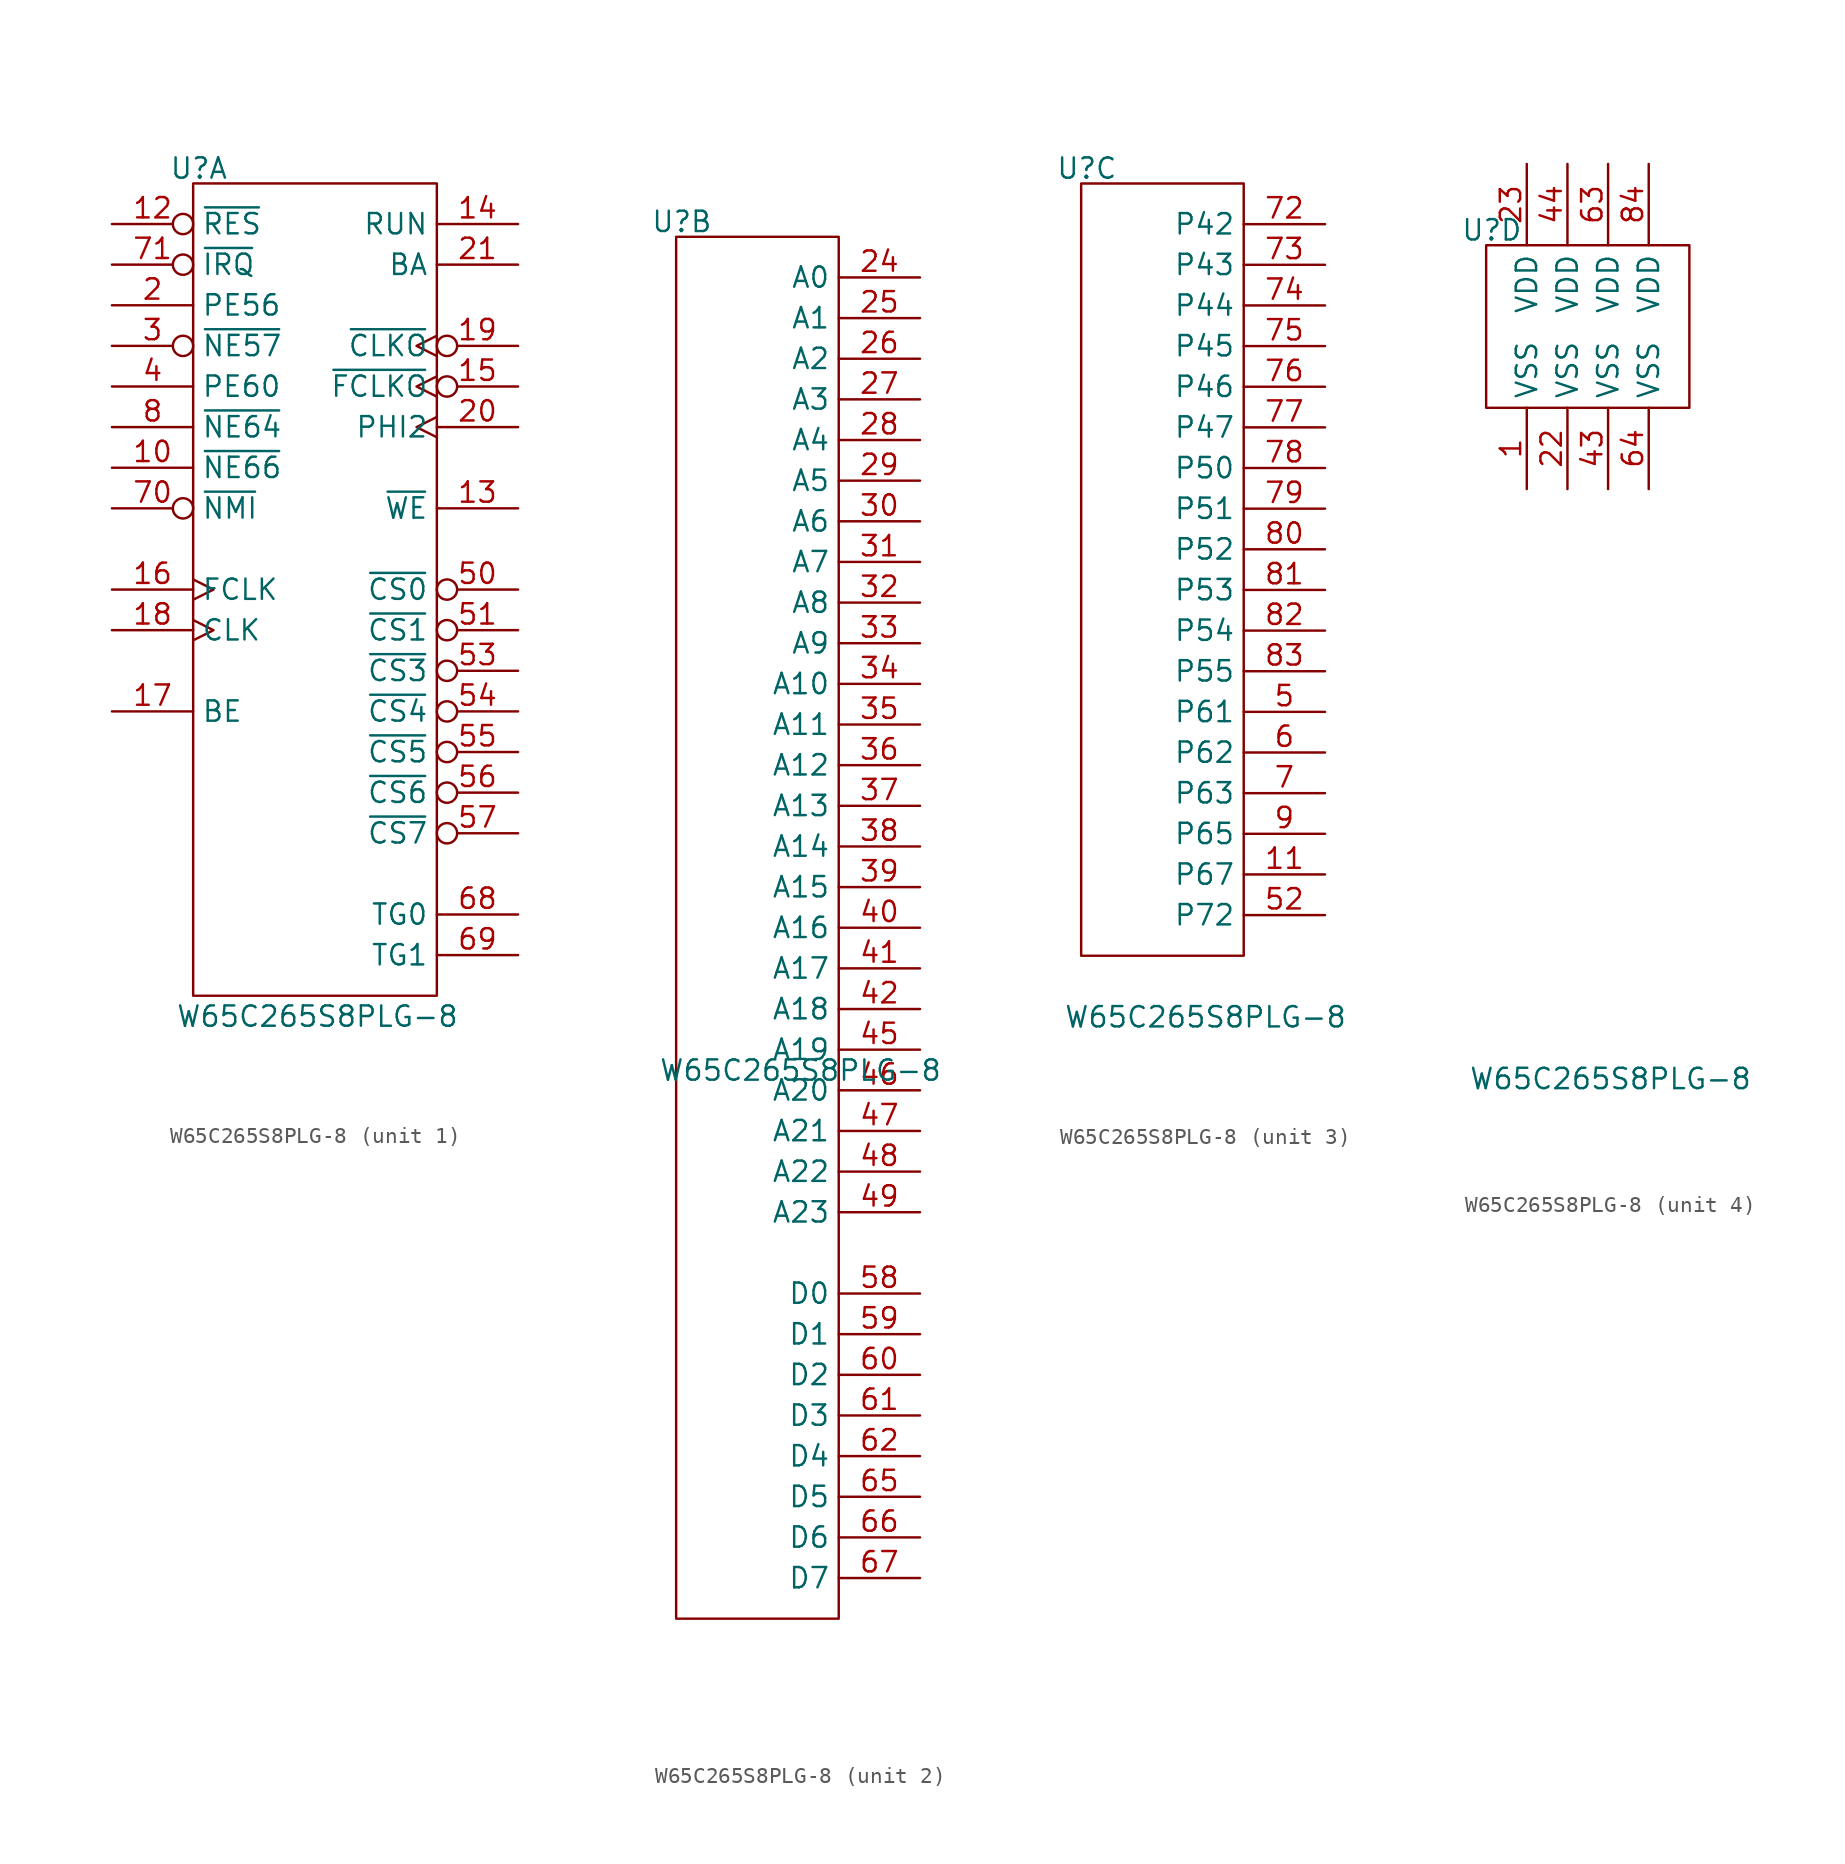
<source format=kicad_sym>
(kicad_symbol_lib
  (version 20220914)
  (generator kicad_symbol_editor)
  (symbol "W65C265S8PLG-8"
    (property "Reference" "U"
      (at -4.726 16.182 0)
      (effects (font (size 1.27 1.27))))
    (property "Value" "W65C265S8PLG-8"
      (at 2.691 -36.856 0)
      (effects (font (size 1.27 1.27))))
    (property "ki_locked" ""
      (at 0 0 0)
      (effects (font (size 1.27 1.27))))
    (symbol "W65C265S8PLG-8_1_1"
      (rectangle (start -5.08 15.24) (end 10.16 -35.56) (stroke (width 0) (type default)) (fill (type none)))
      (pin input line (at -10.16 -2.54 0) (length 5.08) (name "~{NE66}" (effects (font (size 1.27 1.27)))) (number "10" (effects (font (size 1.27 1.27)))))
      (pin input inverted (at -10.16 12.7 0) (length 5.08) (name "~{RES}" (effects (font (size 1.27 1.27)))) (number "12" (effects (font (size 1.27 1.27)))))
      (pin output line (at 15.24 -5.08 180) (length 5.08) (name "~{WE}" (effects (font (size 1.27 1.27)))) (number "13" (effects (font (size 1.27 1.27)))))
      (pin output line (at 15.24 12.7 180) (length 5.08) (name "RUN" (effects (font (size 1.27 1.27)))) (number "14" (effects (font (size 1.27 1.27)))))
      (pin output inverted_clock (at 15.24 2.54 180) (length 5.08) (name "~{FCLKO}" (effects (font (size 1.27 1.27)))) (number "15" (effects (font (size 1.27 1.27)))))
      (pin input clock (at -10.16 -10.16 0) (length 5.08) (name "FCLK" (effects (font (size 1.27 1.27)))) (number "16" (effects (font (size 1.27 1.27)))))
      (pin input line (at -10.16 -17.78 0) (length 5.08) (name "BE" (effects (font (size 1.27 1.27)))) (number "17" (effects (font (size 1.27 1.27)))))
      (pin input clock (at -10.16 -12.7 0) (length 5.08) (name "CLK" (effects (font (size 1.27 1.27)))) (number "18" (effects (font (size 1.27 1.27)))))
      (pin output inverted_clock (at 15.24 5.08 180) (length 5.08) (name "~{CLKO}" (effects (font (size 1.27 1.27)))) (number "19" (effects (font (size 1.27 1.27)))))
      (pin input line (at -10.16 7.62 0) (length 5.08) (name "PE56" (effects (font (size 1.27 1.27)))) (number "2" (effects (font (size 1.27 1.27)))))
      (pin output clock (at 15.24 0 180) (length 5.08) (name "PHI2" (effects (font (size 1.27 1.27)))) (number "20" (effects (font (size 1.27 1.27)))))
      (pin output line (at 15.24 10.16 180) (length 5.08) (name "BA" (effects (font (size 1.27 1.27)))) (number "21" (effects (font (size 1.27 1.27)))))
      (pin input inverted (at -10.16 5.08 0) (length 5.08) (name "~{NE57}" (effects (font (size 1.27 1.27)))) (number "3" (effects (font (size 1.27 1.27)))))
      (pin input line (at -10.16 2.54 0) (length 5.08) (name "PE60" (effects (font (size 1.27 1.27)))) (number "4" (effects (font (size 1.27 1.27)))))
      (pin output inverted (at 15.24 -10.16 180) (length 5.08) (name "~{CS0}" (effects (font (size 1.27 1.27)))) (number "50" (effects (font (size 1.27 1.27)))))
      (pin output inverted (at 15.24 -12.7 180) (length 5.08) (name "~{CS1}" (effects (font (size 1.27 1.27)))) (number "51" (effects (font (size 1.27 1.27)))))
      (pin output inverted (at 15.24 -15.24 180) (length 5.08) (name "~{CS3}" (effects (font (size 1.27 1.27)))) (number "53" (effects (font (size 1.27 1.27)))))
      (pin output inverted (at 15.24 -17.78 180) (length 5.08) (name "~{CS4}" (effects (font (size 1.27 1.27)))) (number "54" (effects (font (size 1.27 1.27)))))
      (pin output inverted (at 15.24 -20.32 180) (length 5.08) (name "~{CS5}" (effects (font (size 1.27 1.27)))) (number "55" (effects (font (size 1.27 1.27)))))
      (pin output inverted (at 15.24 -22.86 180) (length 5.08) (name "~{CS6}" (effects (font (size 1.27 1.27)))) (number "56" (effects (font (size 1.27 1.27)))))
      (pin output inverted (at 15.24 -25.4 180) (length 5.08) (name "~{CS7}" (effects (font (size 1.27 1.27)))) (number "57" (effects (font (size 1.27 1.27)))))
      (pin output line (at 15.24 -30.48 180) (length 5.08) (name "TG0" (effects (font (size 1.27 1.27)))) (number "68" (effects (font (size 1.27 1.27)))))
      (pin output line (at 15.24 -33.02 180) (length 5.08) (name "TG1" (effects (font (size 1.27 1.27)))) (number "69" (effects (font (size 1.27 1.27)))))
      (pin input inverted (at -10.16 -5.08 0) (length 5.08) (name "~{NMI}" (effects (font (size 1.27 1.27)))) (number "70" (effects (font (size 1.27 1.27)))))
      (pin input inverted (at -10.16 10.16 0) (length 5.08) (name "~{IRQ}" (effects (font (size 1.27 1.27)))) (number "71" (effects (font (size 1.27 1.27)))))
      (pin input line (at -10.16 0 0) (length 5.08) (name "~{NE64}" (effects (font (size 1.27 1.27)))) (number "8" (effects (font (size 1.27 1.27))))))
    (symbol "W65C265S8PLG-8_2_1"
      (rectangle (start -5.08 15.24) (end 5.08 -71.12) (stroke (width 0) (type default)) (fill (type none)))
      (pin output line (at 10.16 12.7 180) (length 5.08) (name "A0" (effects (font (size 1.27 1.27)))) (number "24" (effects (font (size 1.27 1.27)))))
      (pin output line (at 10.16 10.16 180) (length 5.08) (name "A1" (effects (font (size 1.27 1.27)))) (number "25" (effects (font (size 1.27 1.27)))))
      (pin output line (at 10.16 7.62 180) (length 5.08) (name "A2" (effects (font (size 1.27 1.27)))) (number "26" (effects (font (size 1.27 1.27)))))
      (pin output line (at 10.16 5.08 180) (length 5.08) (name "A3" (effects (font (size 1.27 1.27)))) (number "27" (effects (font (size 1.27 1.27)))))
      (pin output line (at 10.16 2.54 180) (length 5.08) (name "A4" (effects (font (size 1.27 1.27)))) (number "28" (effects (font (size 1.27 1.27)))))
      (pin output line (at 10.16 0 180) (length 5.08) (name "A5" (effects (font (size 1.27 1.27)))) (number "29" (effects (font (size 1.27 1.27)))))
      (pin output line (at 10.16 -2.54 180) (length 5.08) (name "A6" (effects (font (size 1.27 1.27)))) (number "30" (effects (font (size 1.27 1.27)))))
      (pin output line (at 10.16 -5.08 180) (length 5.08) (name "A7" (effects (font (size 1.27 1.27)))) (number "31" (effects (font (size 1.27 1.27)))))
      (pin output line (at 10.16 -7.62 180) (length 5.08) (name "A8" (effects (font (size 1.27 1.27)))) (number "32" (effects (font (size 1.27 1.27)))))
      (pin output line (at 10.16 -10.16 180) (length 5.08) (name "A9" (effects (font (size 1.27 1.27)))) (number "33" (effects (font (size 1.27 1.27)))))
      (pin output line (at 10.16 -12.7 180) (length 5.08) (name "A10" (effects (font (size 1.27 1.27)))) (number "34" (effects (font (size 1.27 1.27)))))
      (pin output line (at 10.16 -15.24 180) (length 5.08) (name "A11" (effects (font (size 1.27 1.27)))) (number "35" (effects (font (size 1.27 1.27)))))
      (pin output line (at 10.16 -17.78 180) (length 5.08) (name "A12" (effects (font (size 1.27 1.27)))) (number "36" (effects (font (size 1.27 1.27)))))
      (pin output line (at 10.16 -20.32 180) (length 5.08) (name "A13" (effects (font (size 1.27 1.27)))) (number "37" (effects (font (size 1.27 1.27)))))
      (pin output line (at 10.16 -22.86 180) (length 5.08) (name "A14" (effects (font (size 1.27 1.27)))) (number "38" (effects (font (size 1.27 1.27)))))
      (pin output line (at 10.16 -25.4 180) (length 5.08) (name "A15" (effects (font (size 1.27 1.27)))) (number "39" (effects (font (size 1.27 1.27)))))
      (pin output line (at 10.16 -27.94 180) (length 5.08) (name "A16" (effects (font (size 1.27 1.27)))) (number "40" (effects (font (size 1.27 1.27)))))
      (pin output line (at 10.16 -30.48 180) (length 5.08) (name "A17" (effects (font (size 1.27 1.27)))) (number "41" (effects (font (size 1.27 1.27)))))
      (pin output line (at 10.16 -33.02 180) (length 5.08) (name "A18" (effects (font (size 1.27 1.27)))) (number "42" (effects (font (size 1.27 1.27)))))
      (pin output line (at 10.16 -35.56 180) (length 5.08) (name "A19" (effects (font (size 1.27 1.27)))) (number "45" (effects (font (size 1.27 1.27)))))
      (pin output line (at 10.16 -38.1 180) (length 5.08) (name "A20" (effects (font (size 1.27 1.27)))) (number "46" (effects (font (size 1.27 1.27)))))
      (pin output line (at 10.16 -40.64 180) (length 5.08) (name "A21" (effects (font (size 1.27 1.27)))) (number "47" (effects (font (size 1.27 1.27)))))
      (pin output line (at 10.16 -43.18 180) (length 5.08) (name "A22" (effects (font (size 1.27 1.27)))) (number "48" (effects (font (size 1.27 1.27)))))
      (pin output line (at 10.16 -45.72 180) (length 5.08) (name "A23" (effects (font (size 1.27 1.27)))) (number "49" (effects (font (size 1.27 1.27)))))
      (pin bidirectional line (at 10.16 -50.8 180) (length 5.08) (name "D0" (effects (font (size 1.27 1.27)))) (number "58" (effects (font (size 1.27 1.27)))))
      (pin bidirectional line (at 10.16 -53.34 180) (length 5.08) (name "D1" (effects (font (size 1.27 1.27)))) (number "59" (effects (font (size 1.27 1.27)))))
      (pin bidirectional line (at 10.16 -55.88 180) (length 5.08) (name "D2" (effects (font (size 1.27 1.27)))) (number "60" (effects (font (size 1.27 1.27)))))
      (pin bidirectional line (at 10.16 -58.42 180) (length 5.08) (name "D3" (effects (font (size 1.27 1.27)))) (number "61" (effects (font (size 1.27 1.27)))))
      (pin bidirectional line (at 10.16 -60.96 180) (length 5.08) (name "D4" (effects (font (size 1.27 1.27)))) (number "62" (effects (font (size 1.27 1.27)))))
      (pin bidirectional line (at 10.16 -63.5 180) (length 5.08) (name "D5" (effects (font (size 1.27 1.27)))) (number "65" (effects (font (size 1.27 1.27)))))
      (pin bidirectional line (at 10.16 -66.04 180) (length 5.08) (name "D6" (effects (font (size 1.27 1.27)))) (number "66" (effects (font (size 1.27 1.27)))))
      (pin bidirectional line (at 10.16 -68.58 180) (length 5.08) (name "D7" (effects (font (size 1.27 1.27)))) (number "67" (effects (font (size 1.27 1.27))))))
    (symbol "W65C265S8PLG-8_3_1"
      (rectangle (start -5.08 15.24) (end 5.08 -33.02) (stroke (width 0) (type default)) (fill (type none)))
      (pin bidirectional line (at 10.16 -27.94 180) (length 5.08) (name "P67" (effects (font (size 1.27 1.27)))) (number "11" (effects (font (size 1.27 1.27)))))
      (pin bidirectional line (at 10.16 -17.78 180) (length 5.08) (name "P61" (effects (font (size 1.27 1.27)))) (number "5" (effects (font (size 1.27 1.27)))))
      (pin output line (at 10.16 -30.48 180) (length 5.08) (name "P72" (effects (font (size 1.27 1.27)))) (number "52" (effects (font (size 1.27 1.27)))))
      (pin bidirectional line (at 10.16 -20.32 180) (length 5.08) (name "P62" (effects (font (size 1.27 1.27)))) (number "6" (effects (font (size 1.27 1.27)))))
      (pin bidirectional line (at 10.16 -22.86 180) (length 5.08) (name "P63" (effects (font (size 1.27 1.27)))) (number "7" (effects (font (size 1.27 1.27)))))
      (pin bidirectional line (at 10.16 12.7 180) (length 5.08) (name "P42" (effects (font (size 1.27 1.27)))) (number "72" (effects (font (size 1.27 1.27)))))
      (pin bidirectional line (at 10.16 10.16 180) (length 5.08) (name "P43" (effects (font (size 1.27 1.27)))) (number "73" (effects (font (size 1.27 1.27)))))
      (pin bidirectional line (at 10.16 7.62 180) (length 5.08) (name "P44" (effects (font (size 1.27 1.27)))) (number "74" (effects (font (size 1.27 1.27)))))
      (pin bidirectional line (at 10.16 5.08 180) (length 5.08) (name "P45" (effects (font (size 1.27 1.27)))) (number "75" (effects (font (size 1.27 1.27)))))
      (pin bidirectional line (at 10.16 2.54 180) (length 5.08) (name "P46" (effects (font (size 1.27 1.27)))) (number "76" (effects (font (size 1.27 1.27)))))
      (pin bidirectional line (at 10.16 0 180) (length 5.08) (name "P47" (effects (font (size 1.27 1.27)))) (number "77" (effects (font (size 1.27 1.27)))))
      (pin bidirectional line (at 10.16 -2.54 180) (length 5.08) (name "P50" (effects (font (size 1.27 1.27)))) (number "78" (effects (font (size 1.27 1.27)))))
      (pin bidirectional line (at 10.16 -5.08 180) (length 5.08) (name "P51" (effects (font (size 1.27 1.27)))) (number "79" (effects (font (size 1.27 1.27)))))
      (pin bidirectional line (at 10.16 -7.62 180) (length 5.08) (name "P52" (effects (font (size 1.27 1.27)))) (number "80" (effects (font (size 1.27 1.27)))))
      (pin bidirectional line (at 10.16 -10.16 180) (length 5.08) (name "P53" (effects (font (size 1.27 1.27)))) (number "81" (effects (font (size 1.27 1.27)))))
      (pin bidirectional line (at 10.16 -12.7 180) (length 5.08) (name "P54" (effects (font (size 1.27 1.27)))) (number "82" (effects (font (size 1.27 1.27)))))
      (pin bidirectional line (at 10.16 -15.24 180) (length 5.08) (name "P55" (effects (font (size 1.27 1.27)))) (number "83" (effects (font (size 1.27 1.27)))))
      (pin bidirectional line (at 10.16 -25.4 180) (length 5.08) (name "P65" (effects (font (size 1.27 1.27)))) (number "9" (effects (font (size 1.27 1.27))))))
    (symbol "W65C265S8PLG-8_4_1"
      (rectangle (start -5.08 15.24) (end 7.62 5.08) (stroke (width 0) (type default)) (fill (type none)))
      (pin power_in line (at -2.54 0 90) (length 5.08) (name "VSS" (effects (font (size 1.27 1.27)))) (number "1" (effects (font (size 1.27 1.27)))))
      (pin power_in line (at 0 0 90) (length 5.08) (name "VSS" (effects (font (size 1.27 1.27)))) (number "22" (effects (font (size 1.27 1.27)))))
      (pin power_in line (at -2.54 20.32 270) (length 5.08) (name "VDD" (effects (font (size 1.27 1.27)))) (number "23" (effects (font (size 1.27 1.27)))))
      (pin power_in line (at 2.54 0 90) (length 5.08) (name "VSS" (effects (font (size 1.27 1.27)))) (number "43" (effects (font (size 1.27 1.27)))))
      (pin power_in line (at 0 20.32 270) (length 5.08) (name "VDD" (effects (font (size 1.27 1.27)))) (number "44" (effects (font (size 1.27 1.27)))))
      (pin power_in line (at 2.54 20.32 270) (length 5.08) (name "VDD" (effects (font (size 1.27 1.27)))) (number "63" (effects (font (size 1.27 1.27)))))
      (pin power_in line (at 5.08 0 90) (length 5.08) (name "VSS" (effects (font (size 1.27 1.27)))) (number "64" (effects (font (size 1.27 1.27)))))
      (pin power_in line (at 5.08 20.32 270) (length 5.08) (name "VDD" (effects (font (size 1.27 1.27)))) (number "84" (effects (font (size 1.27 1.27))))))))
</source>
